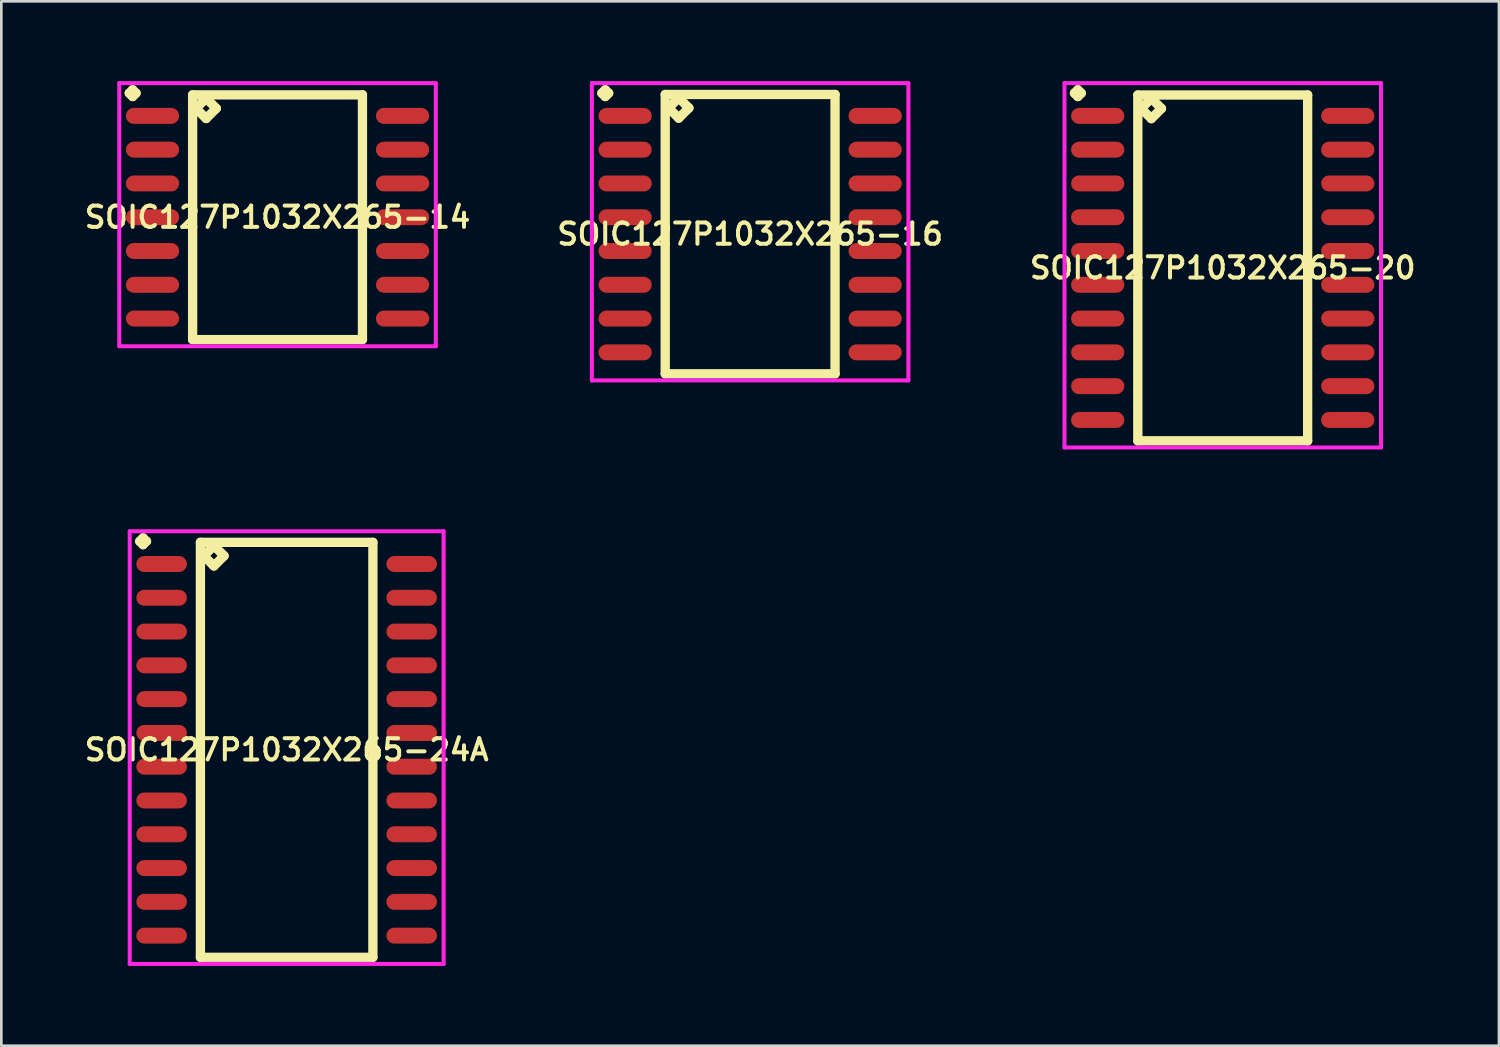
<source format=kicad_pcb>
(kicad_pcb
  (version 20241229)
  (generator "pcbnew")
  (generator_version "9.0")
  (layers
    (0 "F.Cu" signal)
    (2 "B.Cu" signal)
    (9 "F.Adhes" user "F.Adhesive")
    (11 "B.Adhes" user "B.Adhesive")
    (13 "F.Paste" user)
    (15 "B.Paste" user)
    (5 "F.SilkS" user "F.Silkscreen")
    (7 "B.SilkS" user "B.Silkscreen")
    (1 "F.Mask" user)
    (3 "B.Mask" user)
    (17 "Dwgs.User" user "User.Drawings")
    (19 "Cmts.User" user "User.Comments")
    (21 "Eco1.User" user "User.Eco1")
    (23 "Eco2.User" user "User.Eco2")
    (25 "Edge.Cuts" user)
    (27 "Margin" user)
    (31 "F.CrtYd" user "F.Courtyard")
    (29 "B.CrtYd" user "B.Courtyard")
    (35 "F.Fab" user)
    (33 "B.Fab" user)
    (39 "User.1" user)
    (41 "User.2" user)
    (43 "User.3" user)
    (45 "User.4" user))
  (footprint "SOIC127P1032X265-16"
    (layer "F.Cu")
    (at 25.149 5.751)
    (property "Reference" "SOIC127P1032X265-16" (at 0 0 0) (layer "F.SilkS") (effects (font (size 0.8 0.8) (thickness 0.15))))
    (attr smd)
    (fp_line (start -5.573 -5.299) (end -5.446 -5.426) (stroke (width 0.35) (type solid)) (layer "F.SilkS"))
    (fp_line (start -5.446 -5.426) (end -5.319 -5.299) (stroke (width 0.35) (type solid)) (layer "F.SilkS"))
    (fp_line (start -5.446 -5.172) (end -5.573 -5.299) (stroke (width 0.35) (type solid)) (layer "F.SilkS"))
    (fp_line (start -5.319 -5.299) (end -5.446 -5.172) (stroke (width 0.35) (type solid)) (layer "F.SilkS"))
    (fp_line (start -3.192 -5.25) (end -3.192 5.25) (stroke (width 0.35) (type solid)) (layer "F.SilkS"))
    (fp_line (start -3.192 5.25) (end 3.192 5.25) (stroke (width 0.35) (type solid)) (layer "F.SilkS"))
    (fp_line (start -3.065 -4.742) (end -2.684 -5.123) (stroke (width 0.35) (type solid)) (layer "F.SilkS"))
    (fp_line (start -2.684 -5.123) (end -2.303 -4.742) (stroke (width 0.35) (type solid)) (layer "F.SilkS"))
    (fp_line (start -2.684 -4.361) (end -3.065 -4.742) (stroke (width 0.35) (type solid)) (layer "F.SilkS"))
    (fp_line (start -2.303 -4.742) (end -2.684 -4.361) (stroke (width 0.35) (type solid)) (layer "F.SilkS"))
    (fp_line (start 3.192 -5.25) (end -3.192 -5.25) (stroke (width 0.35) (type solid)) (layer "F.SilkS"))
    (fp_line (start 3.192 5.25) (end 3.192 -5.25) (stroke (width 0.35) (type solid)) (layer "F.SilkS"))
    (fp_line (start -5.95 -5.676) (end 5.95 -5.676) (stroke (width 0.15) (type solid)) (layer "F.CrtYd"))
    (fp_line (start -5.95 5.5) (end -5.95 -5.676) (stroke (width 0.15) (type solid)) (layer "F.CrtYd"))
    (fp_line (start 5.95 -5.676) (end 5.95 5.5) (stroke (width 0.15) (type solid)) (layer "F.CrtYd"))
    (fp_line (start 5.95 5.5) (end -5.95 5.5) (stroke (width 0.15) (type solid)) (layer "F.CrtYd"))
    (pad "1" smd oval (at -4.7 -4.445) (size 2 0.6) (layers "F.Cu" "F.Mask" "F.Paste"))
    (pad "2" smd oval (at -4.7 -3.175) (size 2 0.6) (layers "F.Cu" "F.Mask" "F.Paste"))
    (pad "3" smd oval (at -4.7 -1.905) (size 2 0.6) (layers "F.Cu" "F.Mask" "F.Paste"))
    (pad "4" smd oval (at -4.7 -0.635) (size 2 0.6) (layers "F.Cu" "F.Mask" "F.Paste"))
    (pad "5" smd oval (at -4.7 0.635) (size 2 0.6) (layers "F.Cu" "F.Mask" "F.Paste"))
    (pad "6" smd oval (at -4.7 1.905) (size 2 0.6) (layers "F.Cu" "F.Mask" "F.Paste"))
    (pad "7" smd oval (at -4.7 3.175) (size 2 0.6) (layers "F.Cu" "F.Mask" "F.Paste"))
    (pad "8" smd oval (at -4.7 4.445) (size 2 0.6) (layers "F.Cu" "F.Mask" "F.Paste"))
    (pad "9" smd oval (at 4.7 4.445) (size 2 0.6) (layers "F.Cu" "F.Mask" "F.Paste"))
    (pad "10" smd oval (at 4.7 3.175) (size 2 0.6) (layers "F.Cu" "F.Mask" "F.Paste"))
    (pad "11" smd oval (at 4.7 1.905) (size 2 0.6) (layers "F.Cu" "F.Mask" "F.Paste"))
    (pad "12" smd oval (at 4.7 0.635) (size 2 0.6) (layers "F.Cu" "F.Mask" "F.Paste"))
    (pad "13" smd oval (at 4.7 -0.635) (size 2 0.6) (layers "F.Cu" "F.Mask" "F.Paste"))
    (pad "14" smd oval (at 4.7 -1.905) (size 2 0.6) (layers "F.Cu" "F.Mask" "F.Paste"))
    (pad "15" smd oval (at 4.7 -3.175) (size 2 0.6) (layers "F.Cu" "F.Mask" "F.Paste"))
    (pad "16" smd oval (at 4.7 -4.445) (size 2 0.6) (layers "F.Cu" "F.Mask" "F.Paste")))
  (footprint "SOIC127P1032X265-24A"
    (layer "F.Cu")
    (at 7.726 25.137)
    (property "Reference" "SOIC127P1032X265-24A" (at 0 0 0) (layer "F.SilkS") (effects (font (size 0.8 0.8) (thickness 0.15))))
    (attr smd)
    (fp_line (start -5.523 -7.839) (end -5.396 -7.966) (stroke (width 0.35) (type solid)) (layer "F.SilkS"))
    (fp_line (start -5.396 -7.966) (end -5.269 -7.839) (stroke (width 0.35) (type solid)) (layer "F.SilkS"))
    (fp_line (start -5.396 -7.712) (end -5.523 -7.839) (stroke (width 0.35) (type solid)) (layer "F.SilkS"))
    (fp_line (start -5.269 -7.839) (end -5.396 -7.712) (stroke (width 0.35) (type solid)) (layer "F.SilkS"))
    (fp_line (start -3.242 -7.8) (end -3.242 7.8) (stroke (width 0.35) (type solid)) (layer "F.SilkS"))
    (fp_line (start -3.242 7.8) (end 3.242 7.8) (stroke (width 0.35) (type solid)) (layer "F.SilkS"))
    (fp_line (start -3.115 -7.292) (end -2.734 -7.673) (stroke (width 0.35) (type solid)) (layer "F.SilkS"))
    (fp_line (start -2.734 -7.673) (end -2.353 -7.292) (stroke (width 0.35) (type solid)) (layer "F.SilkS"))
    (fp_line (start -2.734 -6.911) (end -3.115 -7.292) (stroke (width 0.35) (type solid)) (layer "F.SilkS"))
    (fp_line (start -2.353 -7.292) (end -2.734 -6.911) (stroke (width 0.35) (type solid)) (layer "F.SilkS"))
    (fp_line (start 3.242 -7.8) (end -3.242 -7.8) (stroke (width 0.35) (type solid)) (layer "F.SilkS"))
    (fp_line (start 3.242 7.8) (end 3.242 -7.8) (stroke (width 0.35) (type solid)) (layer "F.SilkS"))
    (fp_line (start -5.9 -8.216) (end 5.9 -8.216) (stroke (width 0.15) (type solid)) (layer "F.CrtYd"))
    (fp_line (start -5.9 8.05) (end -5.9 -8.216) (stroke (width 0.15) (type solid)) (layer "F.CrtYd"))
    (fp_line (start 5.9 -8.216) (end 5.9 8.05) (stroke (width 0.15) (type solid)) (layer "F.CrtYd"))
    (fp_line (start 5.9 8.05) (end -5.9 8.05) (stroke (width 0.15) (type solid)) (layer "F.CrtYd"))
    (pad "1" smd oval (at -4.7 -6.985) (size 1.9 0.6) (layers "F.Cu" "F.Mask" "F.Paste"))
    (pad "2" smd oval (at -4.7 -5.715) (size 1.9 0.6) (layers "F.Cu" "F.Mask" "F.Paste"))
    (pad "3" smd oval (at -4.7 -4.445) (size 1.9 0.6) (layers "F.Cu" "F.Mask" "F.Paste"))
    (pad "4" smd oval (at -4.7 -3.175) (size 1.9 0.6) (layers "F.Cu" "F.Mask" "F.Paste"))
    (pad "5" smd oval (at -4.7 -1.905) (size 1.9 0.6) (layers "F.Cu" "F.Mask" "F.Paste"))
    (pad "6" smd oval (at -4.7 -0.635) (size 1.9 0.6) (layers "F.Cu" "F.Mask" "F.Paste"))
    (pad "7" smd oval (at -4.7 0.635) (size 1.9 0.6) (layers "F.Cu" "F.Mask" "F.Paste"))
    (pad "8" smd oval (at -4.7 1.905) (size 1.9 0.6) (layers "F.Cu" "F.Mask" "F.Paste"))
    (pad "9" smd oval (at -4.7 3.175) (size 1.9 0.6) (layers "F.Cu" "F.Mask" "F.Paste"))
    (pad "10" smd oval (at -4.7 4.445) (size 1.9 0.6) (layers "F.Cu" "F.Mask" "F.Paste"))
    (pad "11" smd oval (at -4.7 5.715) (size 1.9 0.6) (layers "F.Cu" "F.Mask" "F.Paste"))
    (pad "12" smd oval (at -4.7 6.985) (size 1.9 0.6) (layers "F.Cu" "F.Mask" "F.Paste"))
    (pad "13" smd oval (at 4.7 6.985) (size 1.9 0.6) (layers "F.Cu" "F.Mask" "F.Paste"))
    (pad "14" smd oval (at 4.7 5.715) (size 1.9 0.6) (layers "F.Cu" "F.Mask" "F.Paste"))
    (pad "15" smd oval (at 4.7 4.445) (size 1.9 0.6) (layers "F.Cu" "F.Mask" "F.Paste"))
    (pad "16" smd oval (at 4.7 3.175) (size 1.9 0.6) (layers "F.Cu" "F.Mask" "F.Paste"))
    (pad "17" smd oval (at 4.7 1.905) (size 1.9 0.6) (layers "F.Cu" "F.Mask" "F.Paste"))
    (pad "18" smd oval (at 4.7 0.635) (size 1.9 0.6) (layers "F.Cu" "F.Mask" "F.Paste"))
    (pad "19" smd oval (at 4.7 -0.635) (size 1.9 0.6) (layers "F.Cu" "F.Mask" "F.Paste"))
    (pad "20" smd oval (at 4.7 -1.905) (size 1.9 0.6) (layers "F.Cu" "F.Mask" "F.Paste"))
    (pad "21" smd oval (at 4.7 -3.175) (size 1.9 0.6) (layers "F.Cu" "F.Mask" "F.Paste"))
    (pad "22" smd oval (at 4.7 -4.445) (size 1.9 0.6) (layers "F.Cu" "F.Mask" "F.Paste"))
    (pad "23" smd oval (at 4.7 -5.715) (size 1.9 0.6) (layers "F.Cu" "F.Mask" "F.Paste"))
    (pad "24" smd oval (at 4.7 -6.985) (size 1.9 0.6) (layers "F.Cu" "F.Mask" "F.Paste")))
  (footprint "SOIC127P1032X265-20"
    (layer "F.Cu")
    (at 42.915 7.021)
    (property "Reference" "SOIC127P1032X265-20" (at 0 0 0) (layer "F.SilkS") (effects (font (size 0.8 0.8) (thickness 0.15))))
    (attr smd)
    (fp_line (start -5.573 -6.569) (end -5.446 -6.696) (stroke (width 0.35) (type solid)) (layer "F.SilkS"))
    (fp_line (start -5.446 -6.696) (end -5.319 -6.569) (stroke (width 0.35) (type solid)) (layer "F.SilkS"))
    (fp_line (start -5.446 -6.442) (end -5.573 -6.569) (stroke (width 0.35) (type solid)) (layer "F.SilkS"))
    (fp_line (start -5.319 -6.569) (end -5.446 -6.442) (stroke (width 0.35) (type solid)) (layer "F.SilkS"))
    (fp_line (start -3.192 -6.5) (end -3.192 6.5) (stroke (width 0.35) (type solid)) (layer "F.SilkS"))
    (fp_line (start -3.192 6.5) (end 3.192 6.5) (stroke (width 0.35) (type solid)) (layer "F.SilkS"))
    (fp_line (start -3.065 -5.992) (end -2.684 -6.373) (stroke (width 0.35) (type solid)) (layer "F.SilkS"))
    (fp_line (start -2.684 -6.373) (end -2.303 -5.992) (stroke (width 0.35) (type solid)) (layer "F.SilkS"))
    (fp_line (start -2.684 -5.611) (end -3.065 -5.992) (stroke (width 0.35) (type solid)) (layer "F.SilkS"))
    (fp_line (start -2.303 -5.992) (end -2.684 -5.611) (stroke (width 0.35) (type solid)) (layer "F.SilkS"))
    (fp_line (start 3.192 -6.5) (end -3.192 -6.5) (stroke (width 0.35) (type solid)) (layer "F.SilkS"))
    (fp_line (start 3.192 6.5) (end 3.192 -6.5) (stroke (width 0.35) (type solid)) (layer "F.SilkS"))
    (fp_line (start -5.95 -6.946) (end 5.95 -6.946) (stroke (width 0.15) (type solid)) (layer "F.CrtYd"))
    (fp_line (start -5.95 6.75) (end -5.95 -6.946) (stroke (width 0.15) (type solid)) (layer "F.CrtYd"))
    (fp_line (start 5.95 -6.946) (end 5.95 6.75) (stroke (width 0.15) (type solid)) (layer "F.CrtYd"))
    (fp_line (start 5.95 6.75) (end -5.95 6.75) (stroke (width 0.15) (type solid)) (layer "F.CrtYd"))
    (pad "1" smd oval (at -4.7 -5.715) (size 2 0.6) (layers "F.Cu" "F.Mask" "F.Paste"))
    (pad "2" smd oval (at -4.7 -4.445) (size 2 0.6) (layers "F.Cu" "F.Mask" "F.Paste"))
    (pad "3" smd oval (at -4.7 -3.175) (size 2 0.6) (layers "F.Cu" "F.Mask" "F.Paste"))
    (pad "4" smd oval (at -4.7 -1.905) (size 2 0.6) (layers "F.Cu" "F.Mask" "F.Paste"))
    (pad "5" smd oval (at -4.7 -0.635) (size 2 0.6) (layers "F.Cu" "F.Mask" "F.Paste"))
    (pad "6" smd oval (at -4.7 0.635) (size 2 0.6) (layers "F.Cu" "F.Mask" "F.Paste"))
    (pad "7" smd oval (at -4.7 1.905) (size 2 0.6) (layers "F.Cu" "F.Mask" "F.Paste"))
    (pad "8" smd oval (at -4.7 3.175) (size 2 0.6) (layers "F.Cu" "F.Mask" "F.Paste"))
    (pad "9" smd oval (at -4.7 4.445) (size 2 0.6) (layers "F.Cu" "F.Mask" "F.Paste"))
    (pad "10" smd oval (at -4.7 5.715) (size 2 0.6) (layers "F.Cu" "F.Mask" "F.Paste"))
    (pad "11" smd oval (at 4.7 5.715) (size 2 0.6) (layers "F.Cu" "F.Mask" "F.Paste"))
    (pad "12" smd oval (at 4.7 4.445) (size 2 0.6) (layers "F.Cu" "F.Mask" "F.Paste"))
    (pad "13" smd oval (at 4.7 3.175) (size 2 0.6) (layers "F.Cu" "F.Mask" "F.Paste"))
    (pad "14" smd oval (at 4.7 1.905) (size 2 0.6) (layers "F.Cu" "F.Mask" "F.Paste"))
    (pad "15" smd oval (at 4.7 0.635) (size 2 0.6) (layers "F.Cu" "F.Mask" "F.Paste"))
    (pad "16" smd oval (at 4.7 -0.635) (size 2 0.6) (layers "F.Cu" "F.Mask" "F.Paste"))
    (pad "17" smd oval (at 4.7 -1.905) (size 2 0.6) (layers "F.Cu" "F.Mask" "F.Paste"))
    (pad "18" smd oval (at 4.7 -3.175) (size 2 0.6) (layers "F.Cu" "F.Mask" "F.Paste"))
    (pad "19" smd oval (at 4.7 -4.445) (size 2 0.6) (layers "F.Cu" "F.Mask" "F.Paste"))
    (pad "20" smd oval (at 4.7 -5.715) (size 2 0.6) (layers "F.Cu" "F.Mask" "F.Paste")))
  (footprint "SOIC127P1032X265-14"
    (layer "F.Cu")
    (at 7.383 5.116)
    (property "Reference" "SOIC127P1032X265-14" (at 0 0 0) (layer "F.SilkS") (effects (font (size 0.8 0.8) (thickness 0.15))))
    (attr smd)
    (fp_line (start -5.573 -4.664) (end -5.446 -4.791) (stroke (width 0.35) (type solid)) (layer "F.SilkS"))
    (fp_line (start -5.446 -4.791) (end -5.319 -4.664) (stroke (width 0.35) (type solid)) (layer "F.SilkS"))
    (fp_line (start -5.446 -4.537) (end -5.573 -4.664) (stroke (width 0.35) (type solid)) (layer "F.SilkS"))
    (fp_line (start -5.319 -4.664) (end -5.446 -4.537) (stroke (width 0.35) (type solid)) (layer "F.SilkS"))
    (fp_line (start -3.192 -4.6) (end -3.192 4.6) (stroke (width 0.35) (type solid)) (layer "F.SilkS"))
    (fp_line (start -3.192 4.6) (end 3.192 4.6) (stroke (width 0.35) (type solid)) (layer "F.SilkS"))
    (fp_line (start -3.065 -4.092) (end -2.684 -4.473) (stroke (width 0.35) (type solid)) (layer "F.SilkS"))
    (fp_line (start -2.684 -4.473) (end -2.303 -4.092) (stroke (width 0.35) (type solid)) (layer "F.SilkS"))
    (fp_line (start -2.684 -3.711) (end -3.065 -4.092) (stroke (width 0.35) (type solid)) (layer "F.SilkS"))
    (fp_line (start -2.303 -4.092) (end -2.684 -3.711) (stroke (width 0.35) (type solid)) (layer "F.SilkS"))
    (fp_line (start 3.192 -4.6) (end -3.192 -4.6) (stroke (width 0.35) (type solid)) (layer "F.SilkS"))
    (fp_line (start 3.192 4.6) (end 3.192 -4.6) (stroke (width 0.35) (type solid)) (layer "F.SilkS"))
    (fp_line (start -5.95 -5.041) (end 5.95 -5.041) (stroke (width 0.15) (type solid)) (layer "F.CrtYd"))
    (fp_line (start -5.95 4.85) (end -5.95 -5.041) (stroke (width 0.15) (type solid)) (layer "F.CrtYd"))
    (fp_line (start 5.95 -5.041) (end 5.95 4.85) (stroke (width 0.15) (type solid)) (layer "F.CrtYd"))
    (fp_line (start 5.95 4.85) (end -5.95 4.85) (stroke (width 0.15) (type solid)) (layer "F.CrtYd"))
    (pad "1" smd oval (at -4.7 -3.81) (size 2 0.6) (layers "F.Cu" "F.Mask" "F.Paste"))
    (pad "2" smd oval (at -4.7 -2.54) (size 2 0.6) (layers "F.Cu" "F.Mask" "F.Paste"))
    (pad "3" smd oval (at -4.7 -1.27) (size 2 0.6) (layers "F.Cu" "F.Mask" "F.Paste"))
    (pad "4" smd oval (at -4.7 0) (size 2 0.6) (layers "F.Cu" "F.Mask" "F.Paste"))
    (pad "5" smd oval (at -4.7 1.27) (size 2 0.6) (layers "F.Cu" "F.Mask" "F.Paste"))
    (pad "6" smd oval (at -4.7 2.54) (size 2 0.6) (layers "F.Cu" "F.Mask" "F.Paste"))
    (pad "7" smd oval (at -4.7 3.81) (size 2 0.6) (layers "F.Cu" "F.Mask" "F.Paste"))
    (pad "8" smd oval (at 4.7 3.81) (size 2 0.6) (layers "F.Cu" "F.Mask" "F.Paste"))
    (pad "9" smd oval (at 4.7 2.54) (size 2 0.6) (layers "F.Cu" "F.Mask" "F.Paste"))
    (pad "10" smd oval (at 4.7 1.27) (size 2 0.6) (layers "F.Cu" "F.Mask" "F.Paste"))
    (pad "11" smd oval (at 4.7 0) (size 2 0.6) (layers "F.Cu" "F.Mask" "F.Paste"))
    (pad "12" smd oval (at 4.7 -1.27) (size 2 0.6) (layers "F.Cu" "F.Mask" "F.Paste"))
    (pad "13" smd oval (at 4.7 -2.54) (size 2 0.6) (layers "F.Cu" "F.Mask" "F.Paste"))
    (pad "14" smd oval (at 4.7 -3.81) (size 2 0.6) (layers "F.Cu" "F.Mask" "F.Paste")))
  (gr_rect
    (start -3 -3)
    (end 53.299 36.262)
    (stroke (width 0.1) (type default))
    (fill no)
    (layer "Edge.Cuts")))
</source>
